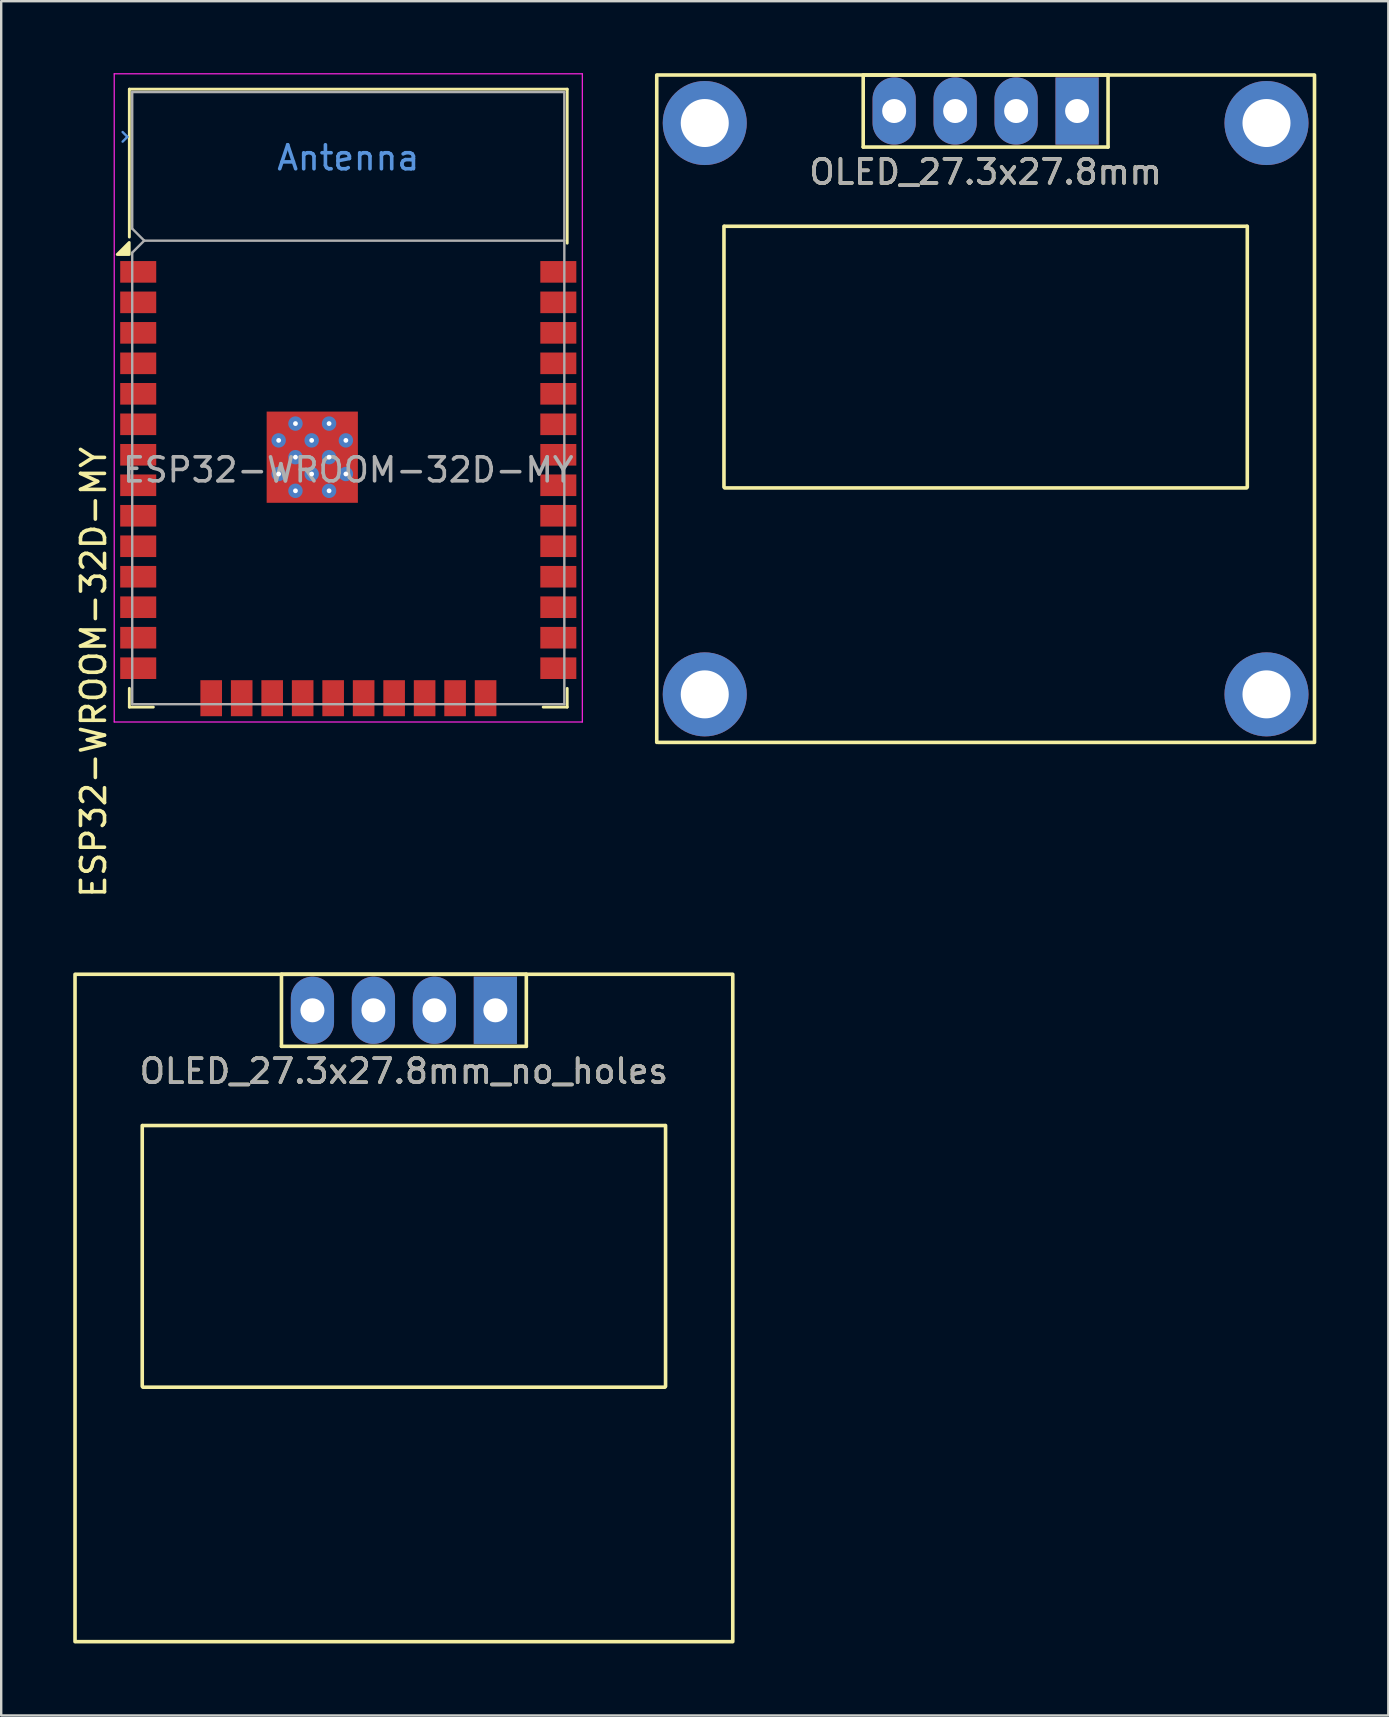
<source format=kicad_pcb>
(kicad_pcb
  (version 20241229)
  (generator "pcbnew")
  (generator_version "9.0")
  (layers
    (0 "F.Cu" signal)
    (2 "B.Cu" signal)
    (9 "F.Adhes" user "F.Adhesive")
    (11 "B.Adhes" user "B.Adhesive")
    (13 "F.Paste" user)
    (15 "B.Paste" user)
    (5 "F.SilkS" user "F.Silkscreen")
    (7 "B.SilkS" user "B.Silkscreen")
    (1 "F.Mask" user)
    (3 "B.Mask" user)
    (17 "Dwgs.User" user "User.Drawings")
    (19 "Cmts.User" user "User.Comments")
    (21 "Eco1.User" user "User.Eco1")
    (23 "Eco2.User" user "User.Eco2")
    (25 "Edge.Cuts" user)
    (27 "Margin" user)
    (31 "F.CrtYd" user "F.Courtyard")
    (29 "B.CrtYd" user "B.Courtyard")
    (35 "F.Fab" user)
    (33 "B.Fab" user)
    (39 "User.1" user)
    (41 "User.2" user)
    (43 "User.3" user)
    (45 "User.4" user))
  (footprint "OLED_27.3x27.8mm_no_holes"
    (layer "F.Cu")
    (at 13.775 39.036)
    (property "Reference" "OLED_27.3x27.8mm_no_holes" (at 0 2.54 0) (layer "F.SilkS") (effects (font (size 1 1) (thickness 0.15))))
    (attr through_hole)
    (fp_line (start -13.7 -1.5) (end -13.7 26.3) (stroke (width 0.15) (type solid)) (layer "F.SilkS"))
    (fp_line (start -13.65 -1.5) (end 13.65 -1.5) (stroke (width 0.15) (type solid)) (layer "F.SilkS"))
    (fp_line (start -13.65 26.3) (end 13.65 26.3) (stroke (width 0.15) (type solid)) (layer "F.SilkS"))
    (fp_line (start -10.9 4.8) (end -10.9 15.664) (stroke (width 0.15) (type solid)) (layer "F.SilkS"))
    (fp_line (start -10.872 4.8) (end 10.872 4.8) (stroke (width 0.15) (type solid)) (layer "F.SilkS"))
    (fp_line (start -10.872 15.7) (end 10.872 15.7) (stroke (width 0.15) (type solid)) (layer "F.SilkS"))
    (fp_line (start -5.1 -1.5) (end -5.1 1.5) (stroke (width 0.15) (type solid)) (layer "F.SilkS"))
    (fp_line (start -5.1 -1.5) (end 5.1 -1.5) (stroke (width 0.15) (type solid)) (layer "F.SilkS"))
    (fp_line (start -5.1 1.5) (end 5.1 1.5) (stroke (width 0.15) (type solid)) (layer "F.SilkS"))
    (fp_line (start 5.1 -1.5) (end 5.1 1.5) (stroke (width 0.15) (type solid)) (layer "F.SilkS"))
    (fp_line (start 10.9 4.8) (end 10.9 15.664) (stroke (width 0.15) (type solid)) (layer "F.SilkS"))
    (fp_line (start 13.7 -1.5) (end 13.7 26.3) (stroke (width 0.15) (type solid)) (layer "F.SilkS"))
    (fp_text user "${REFERENCE}" (at 0 2.54 180) (layer "F.Fab") (effects (font (size 1 1) (thickness 0.15))))
    (pad "1" thru_hole oval (at -3.81 0) (size 1.8 2.8) (drill 1) (layers "*.Cu" "*.Mask"))
    (pad "2" thru_hole oval (at -1.27 0) (size 1.8 2.8) (drill 1) (layers "*.Cu" "*.Mask"))
    (pad "3" thru_hole oval (at 1.27 0) (size 1.8 2.8) (drill 1) (layers "*.Cu" "*.Mask"))
    (pad "4" thru_hole rect (at 3.81 0) (size 1.8 2.8) (drill 1) (layers "*.Cu" "*.Mask")))
  (footprint "OLED_27.3x27.8mm"
    (layer "F.Cu")
    (at 38.008 1.575)
    (property "Reference" "OLED_27.3x27.8mm" (at 0 2.54 0) (layer "F.SilkS") (effects (font (size 1 1) (thickness 0.15))))
    (attr through_hole)
    (fp_line (start -13.7 -1.5) (end -13.7 26.3) (stroke (width 0.15) (type solid)) (layer "F.SilkS"))
    (fp_line (start -13.65 -1.5) (end 13.65 -1.5) (stroke (width 0.15) (type solid)) (layer "F.SilkS"))
    (fp_line (start -13.65 26.3) (end 13.65 26.3) (stroke (width 0.15) (type solid)) (layer "F.SilkS"))
    (fp_line (start -10.9 4.8) (end -10.9 15.664) (stroke (width 0.15) (type solid)) (layer "F.SilkS"))
    (fp_line (start -10.872 4.8) (end 10.872 4.8) (stroke (width 0.15) (type solid)) (layer "F.SilkS"))
    (fp_line (start -10.872 15.7) (end 10.872 15.7) (stroke (width 0.15) (type solid)) (layer "F.SilkS"))
    (fp_line (start -5.1 -1.5) (end -5.1 1.5) (stroke (width 0.15) (type solid)) (layer "F.SilkS"))
    (fp_line (start -5.1 -1.5) (end 5.1 -1.5) (stroke (width 0.15) (type solid)) (layer "F.SilkS"))
    (fp_line (start -5.1 1.5) (end 5.1 1.5) (stroke (width 0.15) (type solid)) (layer "F.SilkS"))
    (fp_line (start 5.1 -1.5) (end 5.1 1.5) (stroke (width 0.15) (type solid)) (layer "F.SilkS"))
    (fp_line (start 10.9 4.8) (end 10.9 15.664) (stroke (width 0.15) (type solid)) (layer "F.SilkS"))
    (fp_line (start 13.7 -1.5) (end 13.7 26.3) (stroke (width 0.15) (type solid)) (layer "F.SilkS"))
    (fp_text user "${REFERENCE}" (at 0 2.54 180) (layer "F.Fab") (effects (font (size 1 1) (thickness 0.15))))
    (pad "" np_thru_hole circle (at -11.7 0.5) (size 3.5 3.5) (drill 2) (layers "*.Cu" "*.Mask"))
    (pad "" np_thru_hole circle (at -11.7 24.3) (size 3.5 3.5) (drill 2) (layers "*.Cu" "*.Mask"))
    (pad "" np_thru_hole circle (at 11.7 0.5) (size 3.5 3.5) (drill 2) (layers "*.Cu" "*.Mask"))
    (pad "" np_thru_hole circle (at 11.7 24.3) (size 3.5 3.5) (drill 2) (layers "*.Cu" "*.Mask"))
    (pad "1" thru_hole oval (at -3.81 0) (size 1.8 2.8) (drill 1) (layers "*.Cu" "*.Mask"))
    (pad "2" thru_hole oval (at -1.27 0) (size 1.8 2.8) (drill 1) (layers "*.Cu" "*.Mask"))
    (pad "3" thru_hole oval (at 1.27 0) (size 1.8 2.8) (drill 1) (layers "*.Cu" "*.Mask"))
    (pad "4" thru_hole rect (at 3.81 0) (size 1.8 2.8) (drill 1) (layers "*.Cu" "*.Mask")))
  (footprint "ESP32-WROOM-32D-MY"
    (layer "F.Cu")
    (at 11.458 16.525)
    (property "Reference" "ESP32-WROOM-32D-MY" (at -10.61 8.43 90) (layer "F.SilkS") (effects (font (size 1 1) (thickness 0.15))))
    (attr smd)
    (fp_line (start -9.12 -15.86) (end -9.12 -9.7) (stroke (width 0.12) (type solid)) (layer "F.SilkS"))
    (fp_line (start -9.12 -15.86) (end 9.12 -15.86) (stroke (width 0.12) (type solid)) (layer "F.SilkS"))
    (fp_line (start -9.12 9.1) (end -9.12 9.88) (stroke (width 0.12) (type solid)) (layer "F.SilkS"))
    (fp_line (start -9.12 9.88) (end -8.12 9.88) (stroke (width 0.12) (type solid)) (layer "F.SilkS"))
    (fp_line (start 9.12 -15.86) (end 9.12 -9.445) (stroke (width 0.12) (type solid)) (layer "F.SilkS"))
    (fp_line (start 9.12 9.1) (end 9.12 9.88) (stroke (width 0.12) (type solid)) (layer "F.SilkS"))
    (fp_line (start 9.12 9.88) (end 8.12 9.88) (stroke (width 0.12) (type solid)) (layer "F.SilkS"))
    (fp_poly (pts (xy -9.125 -8.975) (xy -9.625 -8.975) (xy -9.125 -9.475) (xy -9.125 -8.975)) (stroke (width 0.12) (type solid)) (fill yes) (layer "F.SilkS"))
    (fp_line (start -9.2 -13.875) (end -9.4 -14.075) (stroke (width 0.1) (type solid)) (layer "Cmts.User"))
    (fp_line (start -9.2 -13.875) (end -9.4 -13.675) (stroke (width 0.1) (type solid)) (layer "Cmts.User"))
    (fp_line (start -9.75 -16.5) (end 9.75 -16.5) (stroke (width 0.05) (type solid)) (layer "F.CrtYd"))
    (fp_line (start -9.75 10.5) (end -9.75 -16.5) (stroke (width 0.05) (type solid)) (layer "F.CrtYd"))
    (fp_line (start -9.75 10.5) (end 9.75 10.5) (stroke (width 0.05) (type solid)) (layer "F.CrtYd"))
    (fp_line (start 9.75 -16.5) (end 9.75 10.5) (stroke (width 0.05) (type solid)) (layer "F.CrtYd"))
    (fp_line (start -9 -15.74) (end -9 -10.05) (stroke (width 0.1) (type solid)) (layer "F.Fab"))
    (fp_line (start -9 -15.74) (end 9 -15.74) (stroke (width 0.1) (type solid)) (layer "F.Fab"))
    (fp_line (start -9 -9.05) (end -9 9.76) (stroke (width 0.1) (type solid)) (layer "F.Fab"))
    (fp_line (start -9 -9.05) (end -8.5 -9.55) (stroke (width 0.1) (type solid)) (layer "F.Fab"))
    (fp_line (start -9 9.76) (end 9 9.76) (stroke (width 0.1) (type solid)) (layer "F.Fab"))
    (fp_line (start -8.5 -9.55) (end -9 -10.05) (stroke (width 0.1) (type solid)) (layer "F.Fab"))
    (fp_line (start -8.5 -9.55) (end 9 -9.55) (stroke (width 0.1) (type solid)) (layer "F.Fab"))
    (fp_line (start 9 9.76) (end 9 -15.74) (stroke (width 0.1) (type solid)) (layer "F.Fab"))
    (fp_text user "Antenna" (at 0 -13 0) (layer "Cmts.User") (effects (font (size 1 1) (thickness 0.15))))
    (fp_text user "${REFERENCE}" (at 0 0 0) (layer "F.Fab") (effects (font (size 1 1) (thickness 0.15))))
    (pad "1" smd rect (at -8.75 -8.25) (size 1.5 0.9) (layers "F.Cu" "F.Mask" "F.Paste"))
    (pad "2" smd rect (at -8.75 -6.98) (size 1.5 0.9) (layers "F.Cu" "F.Mask" "F.Paste"))
    (pad "3" smd rect (at -8.75 -5.71) (size 1.5 0.9) (layers "F.Cu" "F.Mask" "F.Paste"))
    (pad "4" smd rect (at -8.75 -4.44) (size 1.5 0.9) (layers "F.Cu" "F.Mask" "F.Paste"))
    (pad "5" smd rect (at -8.75 -3.17) (size 1.5 0.9) (layers "F.Cu" "F.Mask" "F.Paste"))
    (pad "6" smd rect (at -8.75 -1.9) (size 1.5 0.9) (layers "F.Cu" "F.Mask" "F.Paste"))
    (pad "7" smd rect (at -8.75 -0.63) (size 1.5 0.9) (layers "F.Cu" "F.Mask" "F.Paste"))
    (pad "8" smd rect (at -8.75 0.64) (size 1.5 0.9) (layers "F.Cu" "F.Mask" "F.Paste"))
    (pad "9" smd rect (at -8.75 1.91) (size 1.5 0.9) (layers "F.Cu" "F.Mask" "F.Paste"))
    (pad "10" smd rect (at -8.75 3.18) (size 1.5 0.9) (layers "F.Cu" "F.Mask" "F.Paste"))
    (pad "11" smd rect (at -8.75 4.45) (size 1.5 0.9) (layers "F.Cu" "F.Mask" "F.Paste"))
    (pad "12" smd rect (at -8.75 5.72) (size 1.5 0.9) (layers "F.Cu" "F.Mask" "F.Paste"))
    (pad "13" smd rect (at -8.75 6.99) (size 1.5 0.9) (layers "F.Cu" "F.Mask" "F.Paste"))
    (pad "14" smd rect (at -8.75 8.26) (size 1.5 0.9) (layers "F.Cu" "F.Mask" "F.Paste"))
    (pad "15" smd rect (at -5.71 9.51 90) (size 1.5 0.9) (layers "F.Cu" "F.Mask" "F.Paste"))
    (pad "16" smd rect (at -4.44 9.51 90) (size 1.5 0.9) (layers "F.Cu" "F.Mask" "F.Paste"))
    (pad "17" smd rect (at -3.17 9.51 90) (size 1.5 0.9) (layers "F.Cu" "F.Mask" "F.Paste"))
    (pad "18" smd rect (at -1.9 9.51 90) (size 1.5 0.9) (layers "F.Cu" "F.Mask" "F.Paste"))
    (pad "19" smd rect (at -0.63 9.51 90) (size 1.5 0.9) (layers "F.Cu" "F.Mask" "F.Paste"))
    (pad "20" smd rect (at 0.64 9.51 90) (size 1.5 0.9) (layers "F.Cu" "F.Mask" "F.Paste"))
    (pad "21" smd rect (at 1.91 9.51 90) (size 1.5 0.9) (layers "F.Cu" "F.Mask" "F.Paste"))
    (pad "22" smd rect (at 3.18 9.51 90) (size 1.5 0.9) (layers "F.Cu" "F.Mask" "F.Paste"))
    (pad "23" smd rect (at 4.45 9.51 90) (size 1.5 0.9) (layers "F.Cu" "F.Mask" "F.Paste"))
    (pad "24" smd rect (at 5.72 9.51 90) (size 1.5 0.9) (layers "F.Cu" "F.Mask" "F.Paste"))
    (pad "25" smd rect (at 8.75 8.26) (size 1.5 0.9) (layers "F.Cu" "F.Mask" "F.Paste"))
    (pad "26" smd rect (at 8.75 6.99) (size 1.5 0.9) (layers "F.Cu" "F.Mask" "F.Paste"))
    (pad "27" smd rect (at 8.75 5.72) (size 1.5 0.9) (layers "F.Cu" "F.Mask" "F.Paste"))
    (pad "28" smd rect (at 8.75 4.45) (size 1.5 0.9) (layers "F.Cu" "F.Mask" "F.Paste"))
    (pad "29" smd rect (at 8.75 3.18) (size 1.5 0.9) (layers "F.Cu" "F.Mask" "F.Paste"))
    (pad "30" smd rect (at 8.75 1.91) (size 1.5 0.9) (layers "F.Cu" "F.Mask" "F.Paste"))
    (pad "31" smd rect (at 8.75 0.64) (size 1.5 0.9) (layers "F.Cu" "F.Mask" "F.Paste"))
    (pad "32" smd rect (at 8.75 -0.63) (size 1.5 0.9) (layers "F.Cu" "F.Mask" "F.Paste"))
    (pad "33" smd rect (at 8.75 -1.9) (size 1.5 0.9) (layers "F.Cu" "F.Mask" "F.Paste"))
    (pad "34" smd rect (at 8.75 -3.17) (size 1.5 0.9) (layers "F.Cu" "F.Mask" "F.Paste"))
    (pad "35" smd rect (at 8.75 -4.44) (size 1.5 0.9) (layers "F.Cu" "F.Mask" "F.Paste"))
    (pad "36" smd rect (at 8.75 -5.71) (size 1.5 0.9) (layers "F.Cu" "F.Mask" "F.Paste"))
    (pad "37" smd rect (at 8.75 -6.98) (size 1.5 0.9) (layers "F.Cu" "F.Mask" "F.Paste"))
    (pad "38" smd rect (at 8.75 -8.25) (size 1.5 0.9) (layers "F.Cu" "F.Mask" "F.Paste"))
    (pad "39" smd rect (at -2.9 -1.93) (size 0.9 0.9) (layers "F.Cu" "F.Paste"))
    (pad "39" thru_hole circle (at -2.9 -1.23) (size 0.6 0.6) (drill 0.2) (property pad_prop_heatsink) (layers "*.Cu" "F.Mask"))
    (pad "39" smd rect (at -2.9 -0.53) (size 0.9 0.9) (layers "F.Cu" "F.Paste"))
    (pad "39" thru_hole circle (at -2.9 0.17) (size 0.6 0.6) (drill 0.2) (property pad_prop_heatsink) (layers "*.Cu" "F.Mask"))
    (pad "39" smd rect (at -2.9 0.87) (size 0.9 0.9) (layers "F.Cu" "F.Paste"))
    (pad "39" thru_hole circle (at -2.2 -1.93) (size 0.6 0.6) (drill 0.2) (property pad_prop_heatsink) (layers "*.Cu" "F.Mask"))
    (pad "39" thru_hole circle (at -2.2 -0.53) (size 0.6 0.6) (drill 0.2) (property pad_prop_heatsink) (layers "*.Cu" "F.Mask"))
    (pad "39" thru_hole circle (at -2.2 0.87) (size 0.6 0.6) (drill 0.2) (property pad_prop_heatsink) (layers "*.Cu" "F.Mask"))
    (pad "39" thru_hole circle (at -1.525 -1.23) (size 0.6 0.6) (drill 0.2) (property pad_prop_heatsink) (layers "*.Cu" "F.Mask"))
    (pad "39" thru_hole circle (at -1.525 0.17) (size 0.6 0.6) (drill 0.2) (property pad_prop_heatsink) (layers "*.Cu" "F.Mask"))
    (pad "39" smd rect (at -1.5 -1.93) (size 0.9 0.9) (layers "F.Cu" "F.Paste"))
    (pad "39" smd rect (at -1.5 -0.53) (size 0.9 0.9) (layers "F.Cu" "F.Paste"))
    (pad "39" smd rect (at -1.5 -0.53) (size 3.8 3.8) (layers "F.Cu" "F.Mask"))
    (pad "39" smd rect (at -1.5 0.87) (size 0.9 0.9) (layers "F.Cu" "F.Paste"))
    (pad "39" thru_hole circle (at -0.8 -1.93) (size 0.6 0.6) (drill 0.2) (property pad_prop_heatsink) (layers "*.Cu" "F.Mask"))
    (pad "39" thru_hole circle (at -0.8 -0.53) (size 0.6 0.6) (drill 0.2) (property pad_prop_heatsink) (layers "*.Cu" "F.Mask"))
    (pad "39" thru_hole circle (at -0.8 0.87) (size 0.6 0.6) (drill 0.2) (property pad_prop_heatsink) (layers "*.Cu" "F.Mask"))
    (pad "39" smd rect (at -0.1 -1.93) (size 0.9 0.9) (layers "F.Cu" "F.Paste"))
    (pad "39" thru_hole circle (at -0.1 -1.23) (size 0.6 0.6) (drill 0.2) (property pad_prop_heatsink) (layers "*.Cu" "F.Mask"))
    (pad "39" smd rect (at -0.1 -0.53) (size 0.9 0.9) (layers "F.Cu" "F.Paste"))
    (pad "39" thru_hole circle (at -0.1 0.17) (size 0.6 0.6) (drill 0.2) (property pad_prop_heatsink) (layers "*.Cu" "F.Mask"))
    (pad "39" smd rect (at -0.1 0.87) (size 0.9 0.9) (layers "F.Cu" "F.Paste")))
  (gr_rect
    (start -3 -3)
    (end 54.783 68.411)
    (stroke (width 0.1) (type default))
    (fill no)
    (layer "Edge.Cuts")))
</source>
